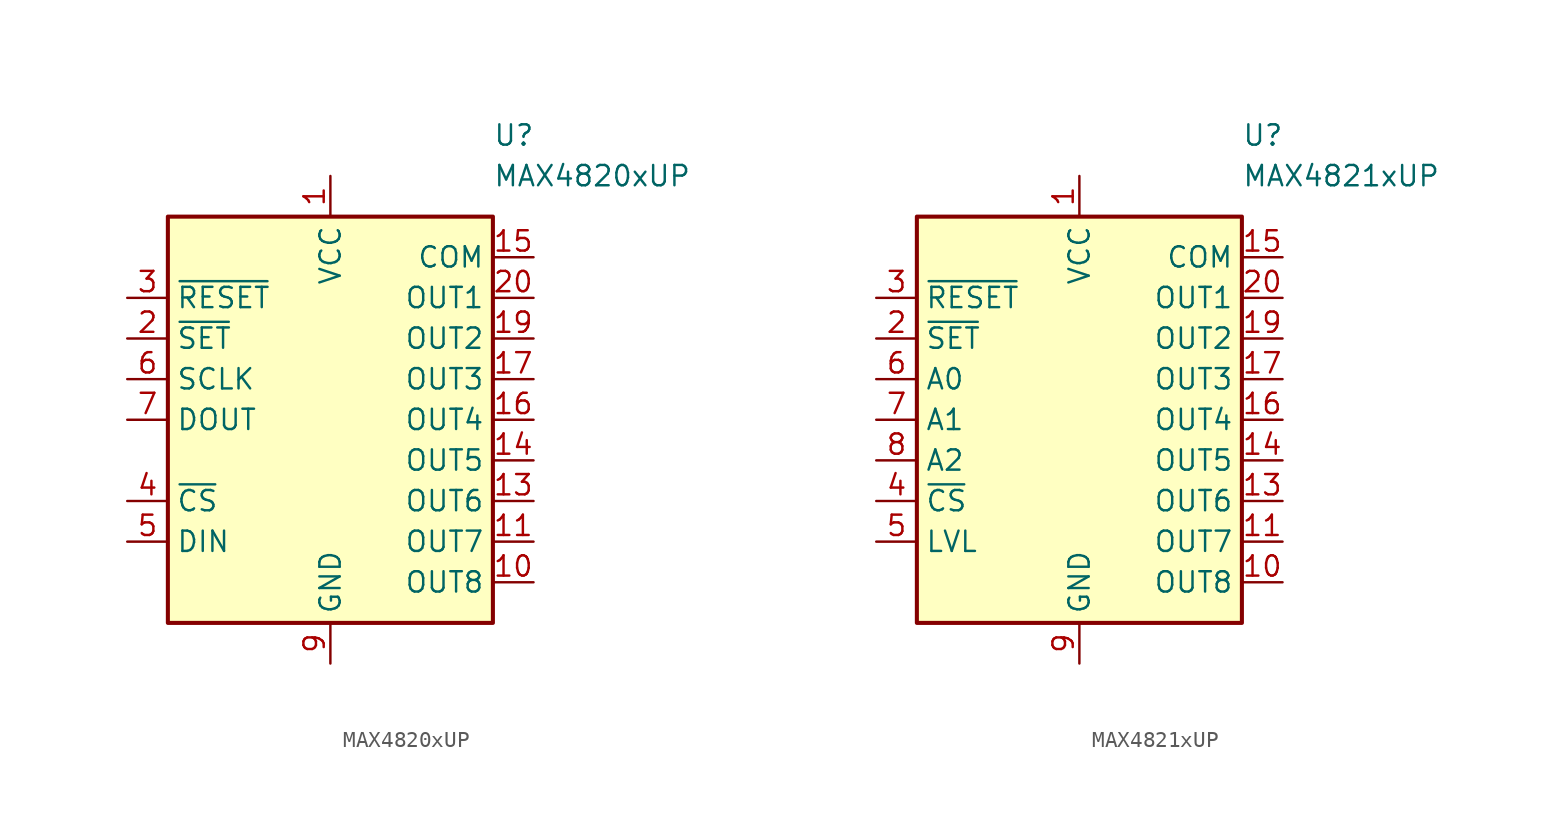
<source format=kicad_sym>
(kicad_symbol_lib
  (version 20200908)
  (generator kicad_symbol_editor)
  (symbol "Driver_Relay:MAX4820xUP"
    (property "Reference" "U"
      (at 10.16 17.78 0)
      (effects (font (size 1.27 1.27)) (justify left)))
    (property "Value" "MAX4820xUP"
      (at 10.16 15.24 0)
      (effects (font (size 1.27 1.27)) (justify left)))
    (symbol "MAX4820xUP_0_1"
      (rectangle (start -10.16 12.7) (end 10.16 -12.7) (stroke (width 0.254)) (fill (type background))))
    (symbol "MAX4820xUP_0_0"
      (pin open_collector line (at 12.7 2.54 180) (length 2.54) (name "OUT3" (effects (font (size 1.27 1.27)))) (number "17" (effects (font (size 1.27 1.27)))))
      (pin passive line (at 0 -15.24 90) (length 2.54) hide (name "GND" (effects (font (size 1.27 1.27)))) (number "18" (effects (font (size 1.27 1.27)))))
      (pin open_collector line (at 12.7 5.08 180) (length 2.54) (name "OUT2" (effects (font (size 1.27 1.27)))) (number "19" (effects (font (size 1.27 1.27)))))
      (pin open_collector line (at 12.7 7.62 180) (length 2.54) (name "OUT1" (effects (font (size 1.27 1.27)))) (number "20" (effects (font (size 1.27 1.27)))))
      (pin passive line (at 0 -15.24 90) (length 2.54) hide (name "GND" (effects (font (size 1.27 1.27)))) (number "21" (effects (font (size 1.27 1.27)))))
      (pin power_in line (at 0 -15.24 90) (length 2.54) (name "GND" (effects (font (size 1.27 1.27)))) (number "9" (effects (font (size 1.27 1.27))))))
    (symbol "MAX4820xUP_1_1"
      (pin power_in line (at 0 15.24 270) (length 2.54) (name "VCC" (effects (font (size 1.27 1.27)))) (number "1" (effects (font (size 1.27 1.27)))))
      (pin open_collector line (at 12.7 -10.16 180) (length 2.54) (name "OUT8" (effects (font (size 1.27 1.27)))) (number "10" (effects (font (size 1.27 1.27)))))
      (pin open_collector line (at 12.7 -7.62 180) (length 2.54) (name "OUT7" (effects (font (size 1.27 1.27)))) (number "11" (effects (font (size 1.27 1.27)))))
      (pin passive line (at 0 -15.24 90) (length 2.54) hide (name "GND" (effects (font (size 1.27 1.27)))) (number "12" (effects (font (size 1.27 1.27)))))
      (pin open_collector line (at 12.7 -5.08 180) (length 2.54) (name "OUT6" (effects (font (size 1.27 1.27)))) (number "13" (effects (font (size 1.27 1.27)))))
      (pin open_collector line (at 12.7 -2.54 180) (length 2.54) (name "OUT5" (effects (font (size 1.27 1.27)))) (number "14" (effects (font (size 1.27 1.27)))))
      (pin passive line (at 12.7 10.16 180) (length 2.54) (name "COM" (effects (font (size 1.27 1.27)))) (number "15" (effects (font (size 1.27 1.27)))))
      (pin open_collector line (at 12.7 0 180) (length 2.54) (name "OUT4" (effects (font (size 1.27 1.27)))) (number "16" (effects (font (size 1.27 1.27)))))
      (pin input line (at -12.7 5.08 0) (length 2.54) (name "~SET" (effects (font (size 1.27 1.27)))) (number "2" (effects (font (size 1.27 1.27)))))
      (pin input line (at -12.7 7.62 0) (length 2.54) (name "~RESET" (effects (font (size 1.27 1.27)))) (number "3" (effects (font (size 1.27 1.27)))))
      (pin input line (at -12.7 -5.08 0) (length 2.54) (name "~CS" (effects (font (size 1.27 1.27)))) (number "4" (effects (font (size 1.27 1.27)))))
      (pin input line (at -12.7 -7.62 0) (length 2.54) (name "DIN" (effects (font (size 1.27 1.27)))) (number "5" (effects (font (size 1.27 1.27)))))
      (pin input line (at -12.7 2.54 0) (length 2.54) (name "SCLK" (effects (font (size 1.27 1.27)))) (number "6" (effects (font (size 1.27 1.27)))))
      (pin output line (at -12.7 0 0) (length 2.54) (name "DOUT" (effects (font (size 1.27 1.27)))) (number "7" (effects (font (size 1.27 1.27)))))
      (pin unconnected line (at -10.16 -2.54 0) (length 2.54) hide (name "NC" (effects (font (size 1.27 1.27)))) (number "8" (effects (font (size 1.27 1.27)))))))
  (symbol "Driver_Relay:MAX4821xUP"
    (property "Reference" "U"
      (at 10.16 17.78 0)
      (effects (font (size 1.27 1.27)) (justify left)))
    (property "Value" "MAX4821xUP"
      (at 10.16 15.24 0)
      (effects (font (size 1.27 1.27)) (justify left)))
    (symbol "MAX4821xUP_0_1"
      (rectangle (start -10.16 12.7) (end 10.16 -12.7) (stroke (width 0.254)) (fill (type background))))
    (symbol "MAX4821xUP_0_0"
      (pin open_collector line (at 12.7 2.54 180) (length 2.54) (name "OUT3" (effects (font (size 1.27 1.27)))) (number "17" (effects (font (size 1.27 1.27)))))
      (pin passive line (at 0 -15.24 90) (length 2.54) hide (name "GND" (effects (font (size 1.27 1.27)))) (number "18" (effects (font (size 1.27 1.27)))))
      (pin open_collector line (at 12.7 5.08 180) (length 2.54) (name "OUT2" (effects (font (size 1.27 1.27)))) (number "19" (effects (font (size 1.27 1.27)))))
      (pin open_collector line (at 12.7 7.62 180) (length 2.54) (name "OUT1" (effects (font (size 1.27 1.27)))) (number "20" (effects (font (size 1.27 1.27)))))
      (pin passive line (at 0 -15.24 90) (length 2.54) hide (name "GND" (effects (font (size 1.27 1.27)))) (number "21" (effects (font (size 1.27 1.27)))))
      (pin power_in line (at 0 -15.24 90) (length 2.54) (name "GND" (effects (font (size 1.27 1.27)))) (number "9" (effects (font (size 1.27 1.27))))))
    (symbol "MAX4821xUP_1_1"
      (pin power_in line (at 0 15.24 270) (length 2.54) (name "VCC" (effects (font (size 1.27 1.27)))) (number "1" (effects (font (size 1.27 1.27)))))
      (pin open_collector line (at 12.7 -10.16 180) (length 2.54) (name "OUT8" (effects (font (size 1.27 1.27)))) (number "10" (effects (font (size 1.27 1.27)))))
      (pin open_collector line (at 12.7 -7.62 180) (length 2.54) (name "OUT7" (effects (font (size 1.27 1.27)))) (number "11" (effects (font (size 1.27 1.27)))))
      (pin passive line (at 0 -15.24 90) (length 2.54) hide (name "GND" (effects (font (size 1.27 1.27)))) (number "12" (effects (font (size 1.27 1.27)))))
      (pin open_collector line (at 12.7 -5.08 180) (length 2.54) (name "OUT6" (effects (font (size 1.27 1.27)))) (number "13" (effects (font (size 1.27 1.27)))))
      (pin open_collector line (at 12.7 -2.54 180) (length 2.54) (name "OUT5" (effects (font (size 1.27 1.27)))) (number "14" (effects (font (size 1.27 1.27)))))
      (pin passive line (at 12.7 10.16 180) (length 2.54) (name "COM" (effects (font (size 1.27 1.27)))) (number "15" (effects (font (size 1.27 1.27)))))
      (pin open_collector line (at 12.7 0 180) (length 2.54) (name "OUT4" (effects (font (size 1.27 1.27)))) (number "16" (effects (font (size 1.27 1.27)))))
      (pin input line (at -12.7 5.08 0) (length 2.54) (name "~SET" (effects (font (size 1.27 1.27)))) (number "2" (effects (font (size 1.27 1.27)))))
      (pin input line (at -12.7 7.62 0) (length 2.54) (name "~RESET" (effects (font (size 1.27 1.27)))) (number "3" (effects (font (size 1.27 1.27)))))
      (pin input line (at -12.7 -5.08 0) (length 2.54) (name "~CS" (effects (font (size 1.27 1.27)))) (number "4" (effects (font (size 1.27 1.27)))))
      (pin input line (at -12.7 -7.62 0) (length 2.54) (name "LVL" (effects (font (size 1.27 1.27)))) (number "5" (effects (font (size 1.27 1.27)))))
      (pin input line (at -12.7 2.54 0) (length 2.54) (name "A0" (effects (font (size 1.27 1.27)))) (number "6" (effects (font (size 1.27 1.27)))))
      (pin input line (at -12.7 0 0) (length 2.54) (name "A1" (effects (font (size 1.27 1.27)))) (number "7" (effects (font (size 1.27 1.27)))))
      (pin input line (at -12.7 -2.54 0) (length 2.54) (name "A2" (effects (font (size 1.27 1.27)))) (number "8" (effects (font (size 1.27 1.27))))))))
</source>
